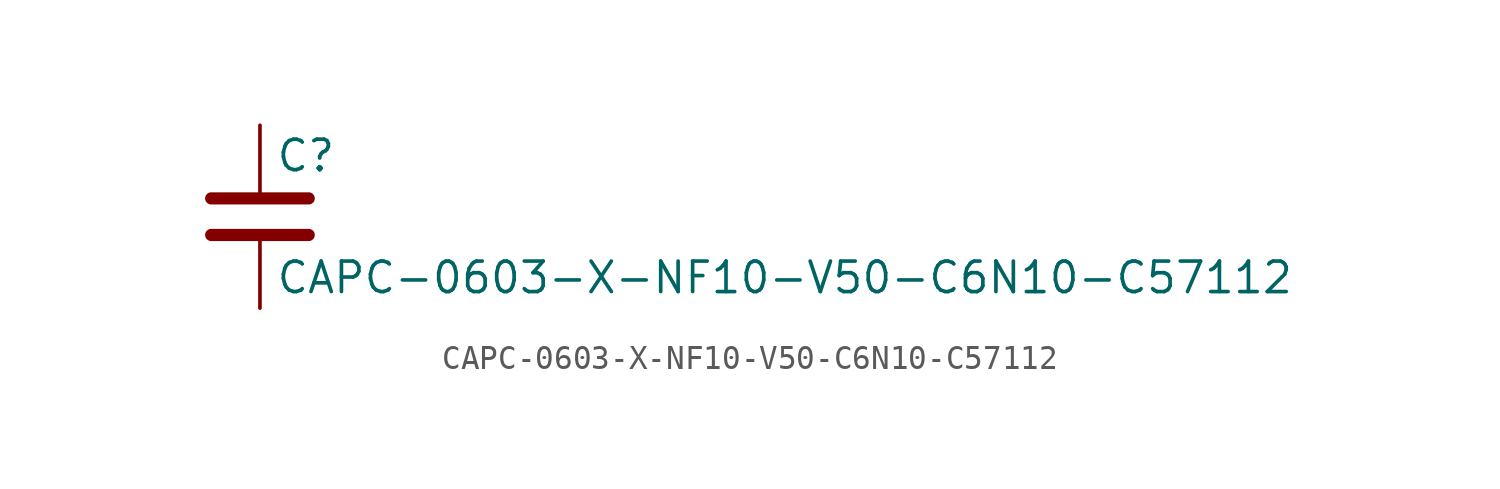
<source format=kicad_sym>
(kicad_symbol_lib
  (version 20211014)
  (generator kicad_symbol_editor)
  (symbol "CAPC-0603-X-NF10-V50-C6N10-C57112"
    (pin_numbers hide)
    (pin_names
      (offset 0.254))
    (property "Reference" "C"
      (at 0.635 2.54 0)
      (effects (font (size 1.27 1.27)) (justify left)))
    (property "Value" "CAPC-0603-X-NF10-V50-C6N10-C57112"
      (at 0.635 -2.54 0)
      (effects (font (size 1.27 1.27)) (justify left)))
    (symbol "CAPC-0603-X-NF10-V50-C6N10-C57112_0_1"
      (polyline (pts (xy -2.032 -0.762) (xy 2.032 -0.762)) (stroke (width 0.508) (type default) (color 0 0 0 0)) (fill (type none)))
      (polyline (pts (xy -2.032 0.762) (xy 2.032 0.762)) (stroke (width 0.508) (type default) (color 0 0 0 0)) (fill (type none))))
    (symbol "CAPC-0603-X-NF10-V50-C6N10-C57112_1_1"
      (pin passive line (at 0 3.81 270) (length 2.794) (name "~" (effects (font (size 1.27 1.27)))) (number "1" (effects (font (size 1.27 1.27)))))
      (pin passive line (at 0 -3.81 90) (length 2.794) (name "~" (effects (font (size 1.27 1.27)))) (number "2" (effects (font (size 1.27 1.27))))))))
</source>
